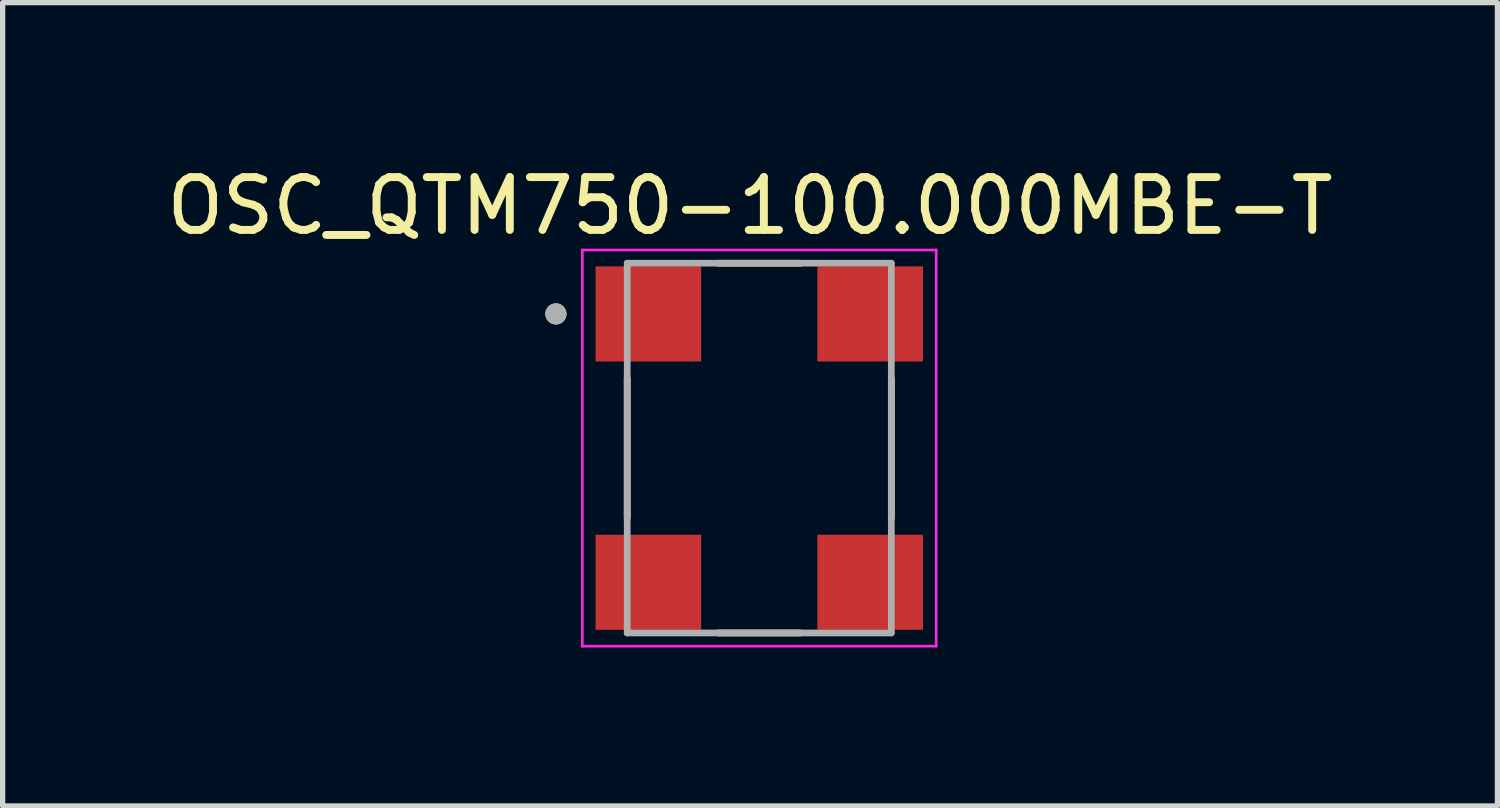
<source format=kicad_pcb>
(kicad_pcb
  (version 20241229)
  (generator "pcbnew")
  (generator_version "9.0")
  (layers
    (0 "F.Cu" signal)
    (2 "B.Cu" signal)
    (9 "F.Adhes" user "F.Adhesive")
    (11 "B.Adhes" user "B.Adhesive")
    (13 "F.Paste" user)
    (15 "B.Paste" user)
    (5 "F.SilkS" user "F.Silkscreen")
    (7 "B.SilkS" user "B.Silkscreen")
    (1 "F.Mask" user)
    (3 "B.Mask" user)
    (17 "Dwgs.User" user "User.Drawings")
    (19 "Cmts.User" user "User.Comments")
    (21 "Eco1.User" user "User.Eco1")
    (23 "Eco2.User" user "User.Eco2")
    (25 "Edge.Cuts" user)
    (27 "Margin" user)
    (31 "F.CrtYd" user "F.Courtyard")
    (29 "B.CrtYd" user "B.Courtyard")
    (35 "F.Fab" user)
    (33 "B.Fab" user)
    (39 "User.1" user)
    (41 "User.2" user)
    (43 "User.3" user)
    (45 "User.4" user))
  (footprint "OSC_QTM750-100.000MBE-T"
    (layer "F.Cu")
    (at 11.324 5.433)
    (property "Reference" "OSC_QTM750-100.000MBE-T" (at -0.175 -4.585 0) (layer "F.SilkS") (effects (font (size 1 1) (thickness 0.15))))
    (attr smd)
    (fp_line (start -2.5 -1.32) (end -2.5 1.32) (stroke (width 0.127) (type solid)) (layer "F.SilkS"))
    (fp_line (start -0.78 -3.5) (end 0.78 -3.5) (stroke (width 0.127) (type solid)) (layer "F.SilkS"))
    (fp_line (start -0.78 3.5) (end 0.78 3.5) (stroke (width 0.127) (type solid)) (layer "F.SilkS"))
    (fp_line (start 2.5 -1.32) (end 2.5 1.32) (stroke (width 0.127) (type solid)) (layer "F.SilkS"))
    (fp_circle (center -3.85 -2.54) (end -3.75 -2.54) (stroke (width 0.2) (type solid)) (fill no) (layer "F.SilkS"))
    (fp_line (start -3.35 -3.75) (end -3.35 3.75) (stroke (width 0.05) (type solid)) (layer "F.CrtYd"))
    (fp_line (start -3.35 -3.75) (end 3.35 -3.75) (stroke (width 0.05) (type solid)) (layer "F.CrtYd"))
    (fp_line (start 3.35 -3.75) (end 3.35 3.75) (stroke (width 0.05) (type solid)) (layer "F.CrtYd"))
    (fp_line (start 3.35 3.75) (end -3.35 3.75) (stroke (width 0.05) (type solid)) (layer "F.CrtYd"))
    (fp_line (start -2.5 -3.5) (end -2.5 3.5) (stroke (width 0.127) (type solid)) (layer "F.Fab"))
    (fp_line (start -2.5 -3.5) (end 2.5 -3.5) (stroke (width 0.127) (type solid)) (layer "F.Fab"))
    (fp_line (start 2.5 -3.5) (end 2.5 3.5) (stroke (width 0.127) (type solid)) (layer "F.Fab"))
    (fp_line (start 2.5 3.5) (end -2.5 3.5) (stroke (width 0.127) (type solid)) (layer "F.Fab"))
    (fp_circle (center -3.85 -2.54) (end -3.75 -2.54) (stroke (width 0.2) (type solid)) (fill no) (layer "F.Fab"))
    (pad "1" smd rect (at -2.1 -2.54) (size 2 1.8) (layers "F.Cu" "F.Mask" "F.Paste"))
    (pad "2" smd rect (at -2.1 2.54) (size 2 1.8) (layers "F.Cu" "F.Mask" "F.Paste"))
    (pad "3" smd rect (at 2.1 2.54) (size 2 1.8) (layers "F.Cu" "F.Mask" "F.Paste"))
    (pad "4" smd rect (at 2.1 -2.54) (size 2 1.8) (layers "F.Cu" "F.Mask" "F.Paste")))
  (gr_rect
    (start -3 -3)
    (end 25.298 12.208)
    (stroke (width 0.1) (type default))
    (fill no)
    (layer "Edge.Cuts")))
</source>
